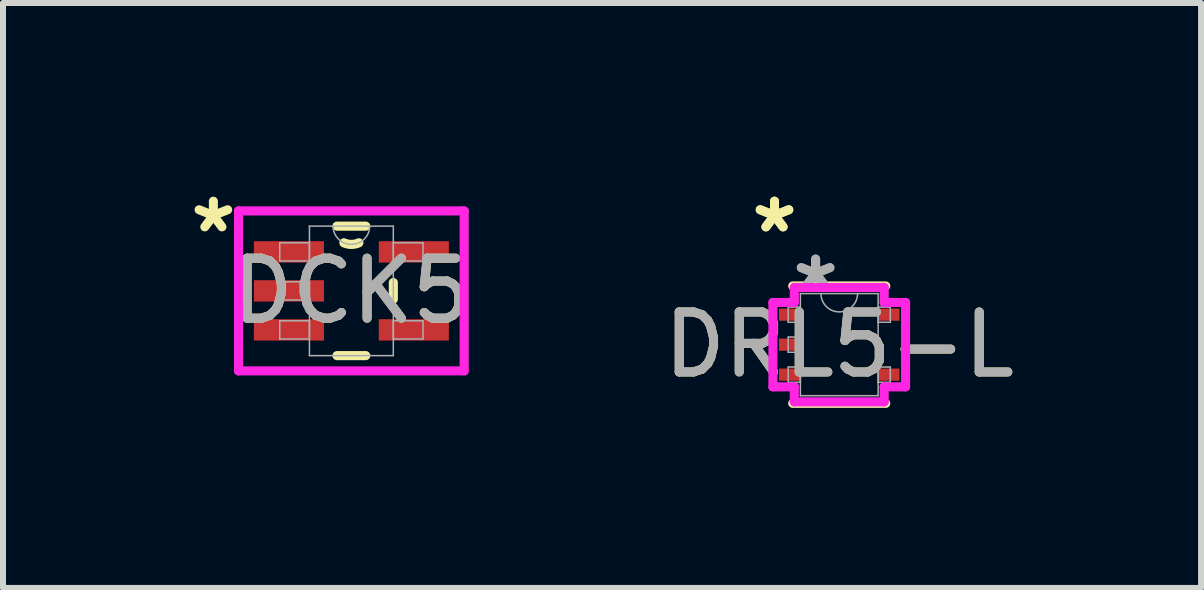
<source format=kicad_pcb>
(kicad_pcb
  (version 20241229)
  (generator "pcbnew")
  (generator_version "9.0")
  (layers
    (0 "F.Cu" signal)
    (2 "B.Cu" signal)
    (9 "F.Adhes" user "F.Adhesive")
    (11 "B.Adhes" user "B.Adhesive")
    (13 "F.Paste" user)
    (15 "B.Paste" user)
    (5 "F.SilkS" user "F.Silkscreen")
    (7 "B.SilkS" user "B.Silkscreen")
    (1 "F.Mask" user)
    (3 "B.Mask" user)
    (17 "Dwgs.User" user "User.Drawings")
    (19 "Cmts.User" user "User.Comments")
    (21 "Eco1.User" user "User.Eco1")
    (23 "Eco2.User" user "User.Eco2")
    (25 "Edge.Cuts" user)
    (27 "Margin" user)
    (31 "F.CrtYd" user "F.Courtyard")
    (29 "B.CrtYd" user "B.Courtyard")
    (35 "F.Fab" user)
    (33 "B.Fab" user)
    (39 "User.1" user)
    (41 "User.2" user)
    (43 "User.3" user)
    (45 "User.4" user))
  (footprint "DCK5"
    (layer "F.Cu")
    (at 2.806 1.798)
    (property "Reference" "DCK5" (at 0 0 0) (unlocked yes) (layer "F.SilkS") (effects (font (size 1 1) (thickness 0.15))))
    (attr smd)
    (fp_line (start -0.24 1.079) (end 0.24 1.079) (stroke (width 0.152) (type solid)) (layer "F.SilkS"))
    (fp_line (start 0.24 -1.079) (end -0.24 -1.079) (stroke (width 0.152) (type solid)) (layer "F.SilkS"))
    (fp_line (start 0.699 0.139) (end 0.699 -0.139) (stroke (width 0.152) (type solid)) (layer "F.SilkS"))
    (fp_arc (start 0.12446 -0.801269) (mid 0 -0.7747) (end -0.12446 -0.801269) (stroke (width 0.1524) (type solid)) (layer "F.SilkS"))
    (fp_line (start -1.88 -1.333) (end 1.88 -1.333) (stroke (width 0.152) (type solid)) (layer "F.CrtYd"))
    (fp_line (start -1.88 1.333) (end -1.88 -1.333) (stroke (width 0.152) (type solid)) (layer "F.CrtYd"))
    (fp_line (start 1.88 -1.333) (end 1.88 1.333) (stroke (width 0.152) (type solid)) (layer "F.CrtYd"))
    (fp_line (start 1.88 1.333) (end -1.88 1.333) (stroke (width 0.152) (type solid)) (layer "F.CrtYd"))
    (fp_line (start -1.194 -0.802) (end -1.194 -0.498) (stroke (width 0.025) (type solid)) (layer "F.Fab"))
    (fp_line (start -1.194 -0.498) (end -0.699 -0.498) (stroke (width 0.025) (type solid)) (layer "F.Fab"))
    (fp_line (start -1.194 -0.152) (end -1.194 0.152) (stroke (width 0.025) (type solid)) (layer "F.Fab"))
    (fp_line (start -1.194 0.152) (end -0.699 0.152) (stroke (width 0.025) (type solid)) (layer "F.Fab"))
    (fp_line (start -1.194 0.498) (end -1.194 0.802) (stroke (width 0.025) (type solid)) (layer "F.Fab"))
    (fp_line (start -1.194 0.802) (end -0.699 0.802) (stroke (width 0.025) (type solid)) (layer "F.Fab"))
    (fp_line (start -0.699 -1.079) (end -0.699 1.079) (stroke (width 0.025) (type solid)) (layer "F.Fab"))
    (fp_line (start -0.699 -0.802) (end -1.194 -0.802) (stroke (width 0.025) (type solid)) (layer "F.Fab"))
    (fp_line (start -0.699 -0.498) (end -0.699 -0.802) (stroke (width 0.025) (type solid)) (layer "F.Fab"))
    (fp_line (start -0.699 -0.152) (end -1.194 -0.152) (stroke (width 0.025) (type solid)) (layer "F.Fab"))
    (fp_line (start -0.699 0.152) (end -0.699 -0.152) (stroke (width 0.025) (type solid)) (layer "F.Fab"))
    (fp_line (start -0.699 0.498) (end -1.194 0.498) (stroke (width 0.025) (type solid)) (layer "F.Fab"))
    (fp_line (start -0.699 0.802) (end -0.699 0.498) (stroke (width 0.025) (type solid)) (layer "F.Fab"))
    (fp_line (start -0.699 1.079) (end 0.699 1.079) (stroke (width 0.025) (type solid)) (layer "F.Fab"))
    (fp_line (start 0.699 -1.079) (end -0.699 -1.079) (stroke (width 0.025) (type solid)) (layer "F.Fab"))
    (fp_line (start 0.699 -0.802) (end 0.699 -0.498) (stroke (width 0.025) (type solid)) (layer "F.Fab"))
    (fp_line (start 0.699 -0.498) (end 1.194 -0.498) (stroke (width 0.025) (type solid)) (layer "F.Fab"))
    (fp_line (start 0.699 0.498) (end 0.699 0.802) (stroke (width 0.025) (type solid)) (layer "F.Fab"))
    (fp_line (start 0.699 0.802) (end 1.194 0.802) (stroke (width 0.025) (type solid)) (layer "F.Fab"))
    (fp_line (start 0.699 1.079) (end 0.699 -1.079) (stroke (width 0.025) (type solid)) (layer "F.Fab"))
    (fp_line (start 1.194 -0.802) (end 0.699 -0.802) (stroke (width 0.025) (type solid)) (layer "F.Fab"))
    (fp_line (start 1.194 -0.498) (end 1.194 -0.802) (stroke (width 0.025) (type solid)) (layer "F.Fab"))
    (fp_line (start 1.194 0.498) (end 0.699 0.498) (stroke (width 0.025) (type solid)) (layer "F.Fab"))
    (fp_line (start 1.194 0.802) (end 1.194 0.498) (stroke (width 0.025) (type solid)) (layer "F.Fab"))
    (fp_arc (start 0.3048 -1.0795) (mid 0 -0.7747) (end -0.3048 -1.0795) (stroke (width 0.0254) (type solid)) (layer "F.Fab"))
    (fp_text user "*" (at -2.3 -0.95 0) (unlocked yes) (layer "F.SilkS") (effects (font (size 1 1) (thickness 0.15))))
    (fp_text user "${REFERENCE}" (at 0 0 0) (unlocked yes) (layer "F.Fab") (effects (font (size 1 1) (thickness 0.15))))
    (pad "1" smd rect (at -1.041 -0.65) (size 1.168 0.356) (layers "F.Cu" "F.Mask" "F.Paste"))
    (pad "2" smd rect (at -1.041 0) (size 1.168 0.356) (layers "F.Cu" "F.Mask" "F.Paste"))
    (pad "3" smd rect (at -1.041 0.65) (size 1.168 0.356) (layers "F.Cu" "F.Mask" "F.Paste"))
    (pad "4" smd rect (at 1.041 0.65) (size 1.168 0.356) (layers "F.Cu" "F.Mask" "F.Paste"))
    (pad "5" smd rect (at 1.041 -0.65) (size 1.168 0.356) (layers "F.Cu" "F.Mask" "F.Paste")))
  (footprint "DRL5-L"
    (layer "F.Cu")
    (at 10.937 2.694)
    (property "Reference" "DRL5-L" (at 0 0 0) (unlocked yes) (layer "F.SilkS") (effects (font (size 1 1) (thickness 0.15))))
    (attr smd)
    (fp_line (start -0.775 0.978) (end 0.775 0.978) (stroke (width 0.152) (type solid)) (layer "F.SilkS"))
    (fp_line (start 0.775 -0.978) (end -0.775 -0.978) (stroke (width 0.152) (type solid)) (layer "F.SilkS"))
    (fp_line (start -1.105 -0.703) (end -0.749 -0.703) (stroke (width 0.152) (type solid)) (layer "F.CrtYd"))
    (fp_line (start -1.105 0.703) (end -1.105 -0.703) (stroke (width 0.152) (type solid)) (layer "F.CrtYd"))
    (fp_line (start -0.749 -0.953) (end 0.749 -0.953) (stroke (width 0.152) (type solid)) (layer "F.CrtYd"))
    (fp_line (start -0.749 -0.703) (end -0.749 -0.953) (stroke (width 0.152) (type solid)) (layer "F.CrtYd"))
    (fp_line (start -0.749 0.703) (end -1.105 0.703) (stroke (width 0.152) (type solid)) (layer "F.CrtYd"))
    (fp_line (start -0.749 0.953) (end -0.749 0.703) (stroke (width 0.152) (type solid)) (layer "F.CrtYd"))
    (fp_line (start 0.749 -0.953) (end 0.749 -0.703) (stroke (width 0.152) (type solid)) (layer "F.CrtYd"))
    (fp_line (start 0.749 -0.703) (end 1.105 -0.703) (stroke (width 0.152) (type solid)) (layer "F.CrtYd"))
    (fp_line (start 0.749 0.703) (end 0.749 0.953) (stroke (width 0.152) (type solid)) (layer "F.CrtYd"))
    (fp_line (start 0.749 0.953) (end -0.749 0.953) (stroke (width 0.152) (type solid)) (layer "F.CrtYd"))
    (fp_line (start 1.105 -0.703) (end 1.105 0.703) (stroke (width 0.152) (type solid)) (layer "F.CrtYd"))
    (fp_line (start 1.105 0.703) (end 0.749 0.703) (stroke (width 0.152) (type solid)) (layer "F.CrtYd"))
    (fp_line (start -0.851 -0.627) (end -0.851 -0.373) (stroke (width 0.025) (type solid)) (layer "F.Fab"))
    (fp_line (start -0.851 -0.373) (end -0.648 -0.373) (stroke (width 0.025) (type solid)) (layer "F.Fab"))
    (fp_line (start -0.851 -0.127) (end -0.851 0.127) (stroke (width 0.025) (type solid)) (layer "F.Fab"))
    (fp_line (start -0.851 0.127) (end -0.648 0.127) (stroke (width 0.025) (type solid)) (layer "F.Fab"))
    (fp_line (start -0.851 0.373) (end -0.851 0.627) (stroke (width 0.025) (type solid)) (layer "F.Fab"))
    (fp_line (start -0.851 0.627) (end -0.648 0.627) (stroke (width 0.025) (type solid)) (layer "F.Fab"))
    (fp_line (start -0.648 -0.851) (end -0.648 0.851) (stroke (width 0.025) (type solid)) (layer "F.Fab"))
    (fp_line (start -0.648 -0.627) (end -0.851 -0.627) (stroke (width 0.025) (type solid)) (layer "F.Fab"))
    (fp_line (start -0.648 -0.373) (end -0.648 -0.627) (stroke (width 0.025) (type solid)) (layer "F.Fab"))
    (fp_line (start -0.648 -0.127) (end -0.851 -0.127) (stroke (width 0.025) (type solid)) (layer "F.Fab"))
    (fp_line (start -0.648 0.127) (end -0.648 -0.127) (stroke (width 0.025) (type solid)) (layer "F.Fab"))
    (fp_line (start -0.648 0.373) (end -0.851 0.373) (stroke (width 0.025) (type solid)) (layer "F.Fab"))
    (fp_line (start -0.648 0.627) (end -0.648 0.373) (stroke (width 0.025) (type solid)) (layer "F.Fab"))
    (fp_line (start -0.648 0.851) (end 0.648 0.851) (stroke (width 0.025) (type solid)) (layer "F.Fab"))
    (fp_line (start 0.648 -0.851) (end -0.648 -0.851) (stroke (width 0.025) (type solid)) (layer "F.Fab"))
    (fp_line (start 0.648 -0.627) (end 0.648 -0.373) (stroke (width 0.025) (type solid)) (layer "F.Fab"))
    (fp_line (start 0.648 -0.373) (end 0.851 -0.373) (stroke (width 0.025) (type solid)) (layer "F.Fab"))
    (fp_line (start 0.648 0.373) (end 0.648 0.627) (stroke (width 0.025) (type solid)) (layer "F.Fab"))
    (fp_line (start 0.648 0.627) (end 0.851 0.627) (stroke (width 0.025) (type solid)) (layer "F.Fab"))
    (fp_line (start 0.648 0.851) (end 0.648 -0.851) (stroke (width 0.025) (type solid)) (layer "F.Fab"))
    (fp_line (start 0.851 -0.627) (end 0.648 -0.627) (stroke (width 0.025) (type solid)) (layer "F.Fab"))
    (fp_line (start 0.851 -0.373) (end 0.851 -0.627) (stroke (width 0.025) (type solid)) (layer "F.Fab"))
    (fp_line (start 0.851 0.373) (end 0.648 0.373) (stroke (width 0.025) (type solid)) (layer "F.Fab"))
    (fp_line (start 0.851 0.627) (end 0.851 0.373) (stroke (width 0.025) (type solid)) (layer "F.Fab"))
    (fp_arc (start 0.3048 -0.8509) (mid 0 -0.5461) (end -0.3048 -0.8509) (stroke (width 0.0254) (type solid)) (layer "F.Fab"))
    (fp_text user "*" (at -1.079 -1.846 0) (layer "F.SilkS") (effects (font (size 1 1) (thickness 0.15))))
    (fp_text user "*" (at -1.079 -1.846 0) (unlocked yes) (layer "F.SilkS") (effects (font (size 1 1) (thickness 0.15))))
    (fp_text user "*" (at -0.394 -0.881 0) (unlocked yes) (layer "F.Fab") (effects (font (size 1 1) (thickness 0.15))))
    (fp_text user "*" (at -0.394 -0.881 0) (layer "F.Fab") (effects (font (size 1 1) (thickness 0.15))))
    (fp_text user "${REFERENCE}" (at 0 0 0) (unlocked yes) (layer "F.Fab") (effects (font (size 1 1) (thickness 0.15))))
    (pad "1" smd rect (at -0.826 -0.5) (size 0.356 0.203) (layers "F.Cu" "F.Mask" "F.Paste"))
    (pad "2" smd rect (at -0.826 0) (size 0.356 0.203) (layers "F.Cu" "F.Mask" "F.Paste"))
    (pad "3" smd rect (at -0.826 0.5) (size 0.356 0.203) (layers "F.Cu" "F.Mask" "F.Paste"))
    (pad "4" smd rect (at 0.826 0.5) (size 0.356 0.203) (layers "F.Cu" "F.Mask" "F.Paste"))
    (pad "5" smd rect (at 0.826 -0.5) (size 0.356 0.203) (layers "F.Cu" "F.Mask" "F.Paste")))
  (gr_rect
    (start -3 -3)
    (end 16.967 6.749)
    (stroke (width 0.1) (type default))
    (fill no)
    (layer "Edge.Cuts")))
</source>
